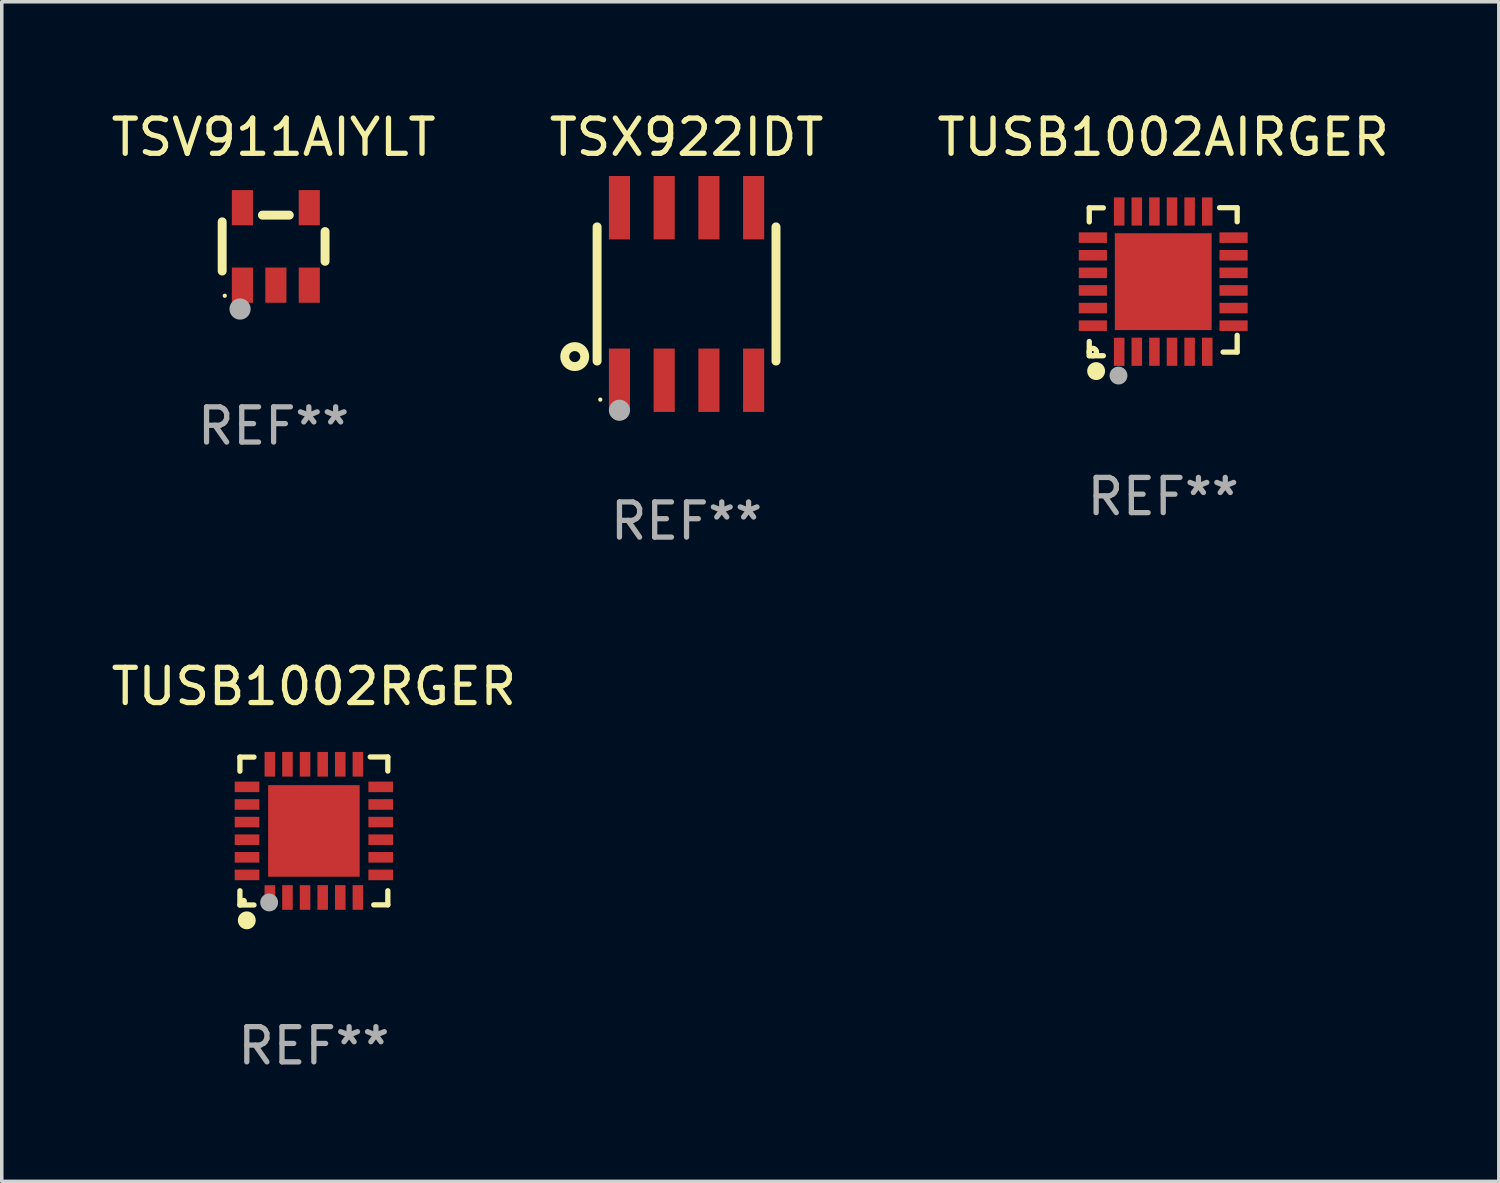
<source format=kicad_pcb>
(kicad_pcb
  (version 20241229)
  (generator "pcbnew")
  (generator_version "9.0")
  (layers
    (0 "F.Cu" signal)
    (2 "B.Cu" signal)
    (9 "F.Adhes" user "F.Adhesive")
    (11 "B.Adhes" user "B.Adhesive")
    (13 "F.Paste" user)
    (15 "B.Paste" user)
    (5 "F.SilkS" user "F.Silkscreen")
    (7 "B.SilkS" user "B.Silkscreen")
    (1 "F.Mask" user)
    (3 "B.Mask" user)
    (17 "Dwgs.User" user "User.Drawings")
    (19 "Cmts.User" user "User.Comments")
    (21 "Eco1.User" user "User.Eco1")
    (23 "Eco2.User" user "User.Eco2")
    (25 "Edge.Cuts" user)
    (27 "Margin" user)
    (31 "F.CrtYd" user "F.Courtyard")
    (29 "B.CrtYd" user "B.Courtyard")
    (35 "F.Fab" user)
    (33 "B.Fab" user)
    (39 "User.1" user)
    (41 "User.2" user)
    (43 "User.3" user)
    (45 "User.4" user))
  (footprint "TSX922IDT"
    (layer "F.Cu")
    (at 16.446 5.298)
    (property "Reference" "TSX922IDT" (at 0 -4.45 0) (layer "F.SilkS") (effects (font (size 1 1) (thickness 0.15))))
    (attr through_hole)
    (fp_line (start -2.54 -1.905) (end -2.54 1.905) (stroke (width 0.254) (type solid)) (layer "F.SilkS"))
    (fp_line (start 2.54 -1.905) (end 2.54 1.905) (stroke (width 0.254) (type solid)) (layer "F.SilkS"))
    (fp_circle (center -3.175 1.778) (end -2.891 1.778) (stroke (width 0.254) (type solid)) (fill no) (layer "F.SilkS"))
    (fp_circle (center -2.45 3) (end -2.42 3) (stroke (width 0.06) (type solid)) (fill no) (layer "F.SilkS"))
    (fp_circle (center -1.905 3.302) (end -1.755 3.302) (stroke (width 0.3) (type solid)) (fill no) (layer "F.Fab"))
    (fp_text user "REF**" (at 0 6.45 0) (layer "F.Fab") (effects (font (size 1 1) (thickness 0.15))))
    (pad "1" smd rect (at -1.905 2.45) (size 0.6 1.8) (layers "F.Cu" "F.Mask" "F.Paste"))
    (pad "2" smd rect (at -0.635 2.45) (size 0.6 1.8) (layers "F.Cu" "F.Mask" "F.Paste"))
    (pad "3" smd rect (at 0.635 2.45) (size 0.6 1.8) (layers "F.Cu" "F.Mask" "F.Paste"))
    (pad "4" smd rect (at 1.905 2.45) (size 0.6 1.8) (layers "F.Cu" "F.Mask" "F.Paste"))
    (pad "5" smd rect (at 1.905 -2.45 180) (size 0.6 1.8) (layers "F.Cu" "F.Mask" "F.Paste"))
    (pad "6" smd rect (at 0.635 -2.45 180) (size 0.6 1.8) (layers "F.Cu" "F.Mask" "F.Paste"))
    (pad "7" smd rect (at -0.635 -2.45 180) (size 0.6 1.8) (layers "F.Cu" "F.Mask" "F.Paste"))
    (pad "8" smd rect (at -1.905 -2.45 180) (size 0.6 1.8) (layers "F.Cu" "F.Mask" "F.Paste")))
  (footprint "TUSB1002AIRGER"
    (layer "F.Cu")
    (at 29.982 4.95)
    (property "Reference" "TUSB1002AIRGER" (at 0 -4.102 0) (layer "F.SilkS") (effects (font (size 1 1) (thickness 0.15))))
    (attr through_hole)
    (fp_line (start -2.1 -2.098) (end -1.7 -2.098) (stroke (width 0.15) (type solid)) (layer "F.SilkS"))
    (fp_line (start -2.1 -1.698) (end -2.1 -2.098) (stroke (width 0.15) (type solid)) (layer "F.SilkS"))
    (fp_line (start -2.1 2.102) (end -2.1 1.698) (stroke (width 0.15) (type solid)) (layer "F.SilkS"))
    (fp_line (start -1.7 2.102) (end -2.1 2.102) (stroke (width 0.15) (type solid)) (layer "F.SilkS"))
    (fp_line (start 1.6 -2.102) (end 2.1 -2.102) (stroke (width 0.15) (type solid)) (layer "F.SilkS"))
    (fp_line (start 1.7 1.998) (end 2.1 1.998) (stroke (width 0.15) (type solid)) (layer "F.SilkS"))
    (fp_line (start 2.1 -2.102) (end 2.1 -1.702) (stroke (width 0.15) (type solid)) (layer "F.SilkS"))
    (fp_line (start 2.1 1.998) (end 2.1 1.522) (stroke (width 0.15) (type solid)) (layer "F.SilkS"))
    (fp_circle (center -2 1.998) (end -1.97 1.998) (stroke (width 0.15) (type solid)) (fill no) (layer "F.SilkS"))
    (fp_circle (center -1.905 2.538) (end -1.778 2.538) (stroke (width 0.254) (type solid)) (fill no) (layer "F.SilkS"))
    (fp_circle (center -1.27 2.665) (end -1.143 2.665) (stroke (width 0.254) (type solid)) (fill no) (layer "F.Fab"))
    (fp_text user "REF**" (at 0 6.102 0) (layer "F.Fab") (effects (font (size 1 1) (thickness 0.15))))
    (pad "1" smd rect (at -1.25 1.99 180) (size 0.3 0.8) (layers "F.Cu" "F.Mask" "F.Paste"))
    (pad "2" smd rect (at -0.75 1.989 180) (size 0.3 0.8) (layers "F.Cu" "F.Mask" "F.Paste"))
    (pad "3" smd rect (at -0.25 1.989 180) (size 0.3 0.8) (layers "F.Cu" "F.Mask" "F.Paste"))
    (pad "4" smd rect (at 0.25 1.989 180) (size 0.3 0.8) (layers "F.Cu" "F.Mask" "F.Paste"))
    (pad "5" smd rect (at 0.75 1.989 180) (size 0.3 0.8) (layers "F.Cu" "F.Mask" "F.Paste"))
    (pad "6" smd rect (at 1.25 1.989 180) (size 0.3 0.8) (layers "F.Cu" "F.Mask" "F.Paste"))
    (pad "7" smd rect (at 1.998 1.248 270) (size 0.3 0.8) (layers "F.Cu" "F.Mask" "F.Paste"))
    (pad "8" smd rect (at 1.998 0.748 270) (size 0.3 0.8) (layers "F.Cu" "F.Mask" "F.Paste"))
    (pad "9" smd rect (at 1.998 0.248 270) (size 0.3 0.8) (layers "F.Cu" "F.Mask" "F.Paste"))
    (pad "10" smd rect (at 1.998 -0.252 270) (size 0.3 0.8) (layers "F.Cu" "F.Mask" "F.Paste"))
    (pad "11" smd rect (at 1.998 -0.752 270) (size 0.3 0.8) (layers "F.Cu" "F.Mask" "F.Paste"))
    (pad "12" smd rect (at 1.998 -1.252 270) (size 0.3 0.8) (layers "F.Cu" "F.Mask" "F.Paste"))
    (pad "13" smd rect (at 1.25 -1.994) (size 0.3 0.8) (layers "F.Cu" "F.Mask" "F.Paste"))
    (pad "14" smd rect (at 0.75 -1.994) (size 0.3 0.8) (layers "F.Cu" "F.Mask" "F.Paste"))
    (pad "15" smd rect (at 0.25 -1.994) (size 0.3 0.8) (layers "F.Cu" "F.Mask" "F.Paste"))
    (pad "16" smd rect (at -0.25 -1.994) (size 0.3 0.8) (layers "F.Cu" "F.Mask" "F.Paste"))
    (pad "17" smd rect (at -0.75 -1.994) (size 0.3 0.8) (layers "F.Cu" "F.Mask" "F.Paste"))
    (pad "18" smd rect (at -1.25 -1.994) (size 0.3 0.8) (layers "F.Cu" "F.Mask" "F.Paste"))
    (pad "19" smd rect (at -1.998 -1.252 90) (size 0.3 0.8) (layers "F.Cu" "F.Mask" "F.Paste"))
    (pad "20" smd rect (at -1.998 -0.752 90) (size 0.3 0.8) (layers "F.Cu" "F.Mask" "F.Paste"))
    (pad "21" smd rect (at -1.998 -0.252 90) (size 0.3 0.8) (layers "F.Cu" "F.Mask" "F.Paste"))
    (pad "22" smd rect (at -1.998 0.248 90) (size 0.3 0.8) (layers "F.Cu" "F.Mask" "F.Paste"))
    (pad "23" smd rect (at -1.998 0.748 90) (size 0.3 0.8) (layers "F.Cu" "F.Mask" "F.Paste"))
    (pad "24" smd rect (at -1.998 1.248 90) (size 0.3 0.8) (layers "F.Cu" "F.Mask" "F.Paste"))
    (pad "25" smd rect (at 0.001 -0.001 90) (size 2.75 2.75) (layers "F.Cu" "F.Mask" "F.Paste")))
  (footprint "TUSB1002RGER"
    (layer "F.Cu")
    (at 5.863 20.547)
    (property "Reference" "TUSB1002RGER" (at 0 -4.102 0) (layer "F.SilkS") (effects (font (size 1 1) (thickness 0.15))))
    (attr through_hole)
    (fp_line (start -2.1 -2.098) (end -1.7 -2.098) (stroke (width 0.15) (type solid)) (layer "F.SilkS"))
    (fp_line (start -2.1 -1.698) (end -2.1 -2.098) (stroke (width 0.15) (type solid)) (layer "F.SilkS"))
    (fp_line (start -2.1 2.102) (end -2.1 1.698) (stroke (width 0.15) (type solid)) (layer "F.SilkS"))
    (fp_line (start -1.7 2.102) (end -2.1 2.102) (stroke (width 0.15) (type solid)) (layer "F.SilkS"))
    (fp_line (start 1.6 -2.102) (end 2.1 -2.102) (stroke (width 0.15) (type solid)) (layer "F.SilkS"))
    (fp_line (start 1.7 2.098) (end 2.1 2.098) (stroke (width 0.15) (type solid)) (layer "F.SilkS"))
    (fp_line (start 2.1 -2.102) (end 2.1 -1.702) (stroke (width 0.15) (type solid)) (layer "F.SilkS"))
    (fp_line (start 2.1 2.098) (end 2.1 1.698) (stroke (width 0.15) (type solid)) (layer "F.SilkS"))
    (fp_circle (center -2 1.998) (end -1.95 1.998) (stroke (width 0.1) (type solid)) (fill no) (layer "F.SilkS"))
    (fp_circle (center -1.905 2.538) (end -1.778 2.538) (stroke (width 0.254) (type solid)) (fill no) (layer "F.SilkS"))
    (fp_circle (center -1.27 2.03) (end -1.143 2.03) (stroke (width 0.254) (type solid)) (fill no) (layer "F.Fab"))
    (fp_text user "REF**" (at 0 6.102 0) (layer "F.Fab") (effects (font (size 1 1) (thickness 0.15))))
    (pad "1" smd rect (at -1.25 1.89 180) (size 0.3 0.7) (layers "F.Cu" "F.Mask" "F.Paste"))
    (pad "2" smd rect (at -0.75 1.889 180) (size 0.3 0.7) (layers "F.Cu" "F.Mask" "F.Paste"))
    (pad "3" smd rect (at -0.25 1.889 180) (size 0.3 0.7) (layers "F.Cu" "F.Mask" "F.Paste"))
    (pad "4" smd rect (at 0.25 1.889 180) (size 0.3 0.7) (layers "F.Cu" "F.Mask" "F.Paste"))
    (pad "5" smd rect (at 0.75 1.889 180) (size 0.3 0.7) (layers "F.Cu" "F.Mask" "F.Paste"))
    (pad "6" smd rect (at 1.25 1.889 180) (size 0.3 0.7) (layers "F.Cu" "F.Mask" "F.Paste"))
    (pad "7" smd rect (at 1.898 1.248 270) (size 0.3 0.7) (layers "F.Cu" "F.Mask" "F.Paste"))
    (pad "8" smd rect (at 1.898 0.748 270) (size 0.3 0.7) (layers "F.Cu" "F.Mask" "F.Paste"))
    (pad "9" smd rect (at 1.898 0.248 270) (size 0.3 0.7) (layers "F.Cu" "F.Mask" "F.Paste"))
    (pad "10" smd rect (at 1.898 -0.252 270) (size 0.3 0.7) (layers "F.Cu" "F.Mask" "F.Paste"))
    (pad "11" smd rect (at 1.898 -0.752 270) (size 0.3 0.7) (layers "F.Cu" "F.Mask" "F.Paste"))
    (pad "12" smd rect (at 1.898 -1.252 270) (size 0.3 0.7) (layers "F.Cu" "F.Mask" "F.Paste"))
    (pad "13" smd rect (at 1.25 -1.894) (size 0.3 0.7) (layers "F.Cu" "F.Mask" "F.Paste"))
    (pad "14" smd rect (at 0.75 -1.894) (size 0.3 0.7) (layers "F.Cu" "F.Mask" "F.Paste"))
    (pad "15" smd rect (at 0.25 -1.894) (size 0.3 0.7) (layers "F.Cu" "F.Mask" "F.Paste"))
    (pad "16" smd rect (at -0.25 -1.894) (size 0.3 0.7) (layers "F.Cu" "F.Mask" "F.Paste"))
    (pad "17" smd rect (at -0.75 -1.894) (size 0.3 0.7) (layers "F.Cu" "F.Mask" "F.Paste"))
    (pad "18" smd rect (at -1.25 -1.894) (size 0.3 0.7) (layers "F.Cu" "F.Mask" "F.Paste"))
    (pad "19" smd rect (at -1.898 -1.252 90) (size 0.3 0.7) (layers "F.Cu" "F.Mask" "F.Paste"))
    (pad "20" smd rect (at -1.898 -0.752 90) (size 0.3 0.7) (layers "F.Cu" "F.Mask" "F.Paste"))
    (pad "21" smd rect (at -1.898 -0.252 90) (size 0.3 0.7) (layers "F.Cu" "F.Mask" "F.Paste"))
    (pad "22" smd rect (at -1.898 0.248 90) (size 0.3 0.7) (layers "F.Cu" "F.Mask" "F.Paste"))
    (pad "23" smd rect (at -1.898 0.748 90) (size 0.3 0.7) (layers "F.Cu" "F.Mask" "F.Paste"))
    (pad "24" smd rect (at -1.898 1.248 90) (size 0.3 0.7) (layers "F.Cu" "F.Mask" "F.Paste"))
    (pad "25" smd rect (at 0.001 -0.001 90) (size 2.6 2.6) (layers "F.Cu" "F.Mask" "F.Paste")))
  (footprint "TSV911AIYLT"
    (layer "F.Cu")
    (at 4.72 3.948)
    (property "Reference" "TSV911AIYLT" (at 0 -3.1 0) (layer "F.SilkS") (effects (font (size 1 1) (thickness 0.15))))
    (attr through_hole)
    (fp_line (start -1.461 -0.699) (end -1.461 0.699) (stroke (width 0.254) (type solid)) (layer "F.SilkS"))
    (fp_line (start -0.318 -0.889) (end 0.445 -0.889) (stroke (width 0.254) (type solid)) (layer "F.SilkS"))
    (fp_line (start 1.461 -0.422) (end 1.461 0.422) (stroke (width 0.254) (type solid)) (layer "F.SilkS"))
    (fp_circle (center -1.387 1.4) (end -1.357 1.4) (stroke (width 0.06) (type solid)) (fill no) (layer "F.SilkS"))
    (fp_circle (center -0.953 1.778) (end -0.802 1.778) (stroke (width 0.3) (type solid)) (fill no) (layer "F.Fab"))
    (fp_text user "REF**" (at 0 5.1 0) (layer "F.Fab") (effects (font (size 1 1) (thickness 0.15))))
    (pad "1" smd rect (at -0.886 1.1) (size 0.6 1) (layers "F.Cu" "F.Mask" "F.Paste"))
    (pad "2" smd rect (at 0.064 1.1) (size 0.6 1) (layers "F.Cu" "F.Mask" "F.Paste"))
    (pad "3" smd rect (at 1.013 1.1) (size 0.6 1) (layers "F.Cu" "F.Mask" "F.Paste"))
    (pad "4" smd rect (at 1.013 -1.1) (size 0.6 1) (layers "F.Cu" "F.Mask" "F.Paste"))
    (pad "5" smd rect (at -0.886 -1.1) (size 0.6 1) (layers "F.Cu" "F.Mask" "F.Paste")))
  (gr_rect
    (start -3 -3)
    (end 39.512 30.497)
    (stroke (width 0.1) (type default))
    (fill no)
    (layer "Edge.Cuts")))
</source>
